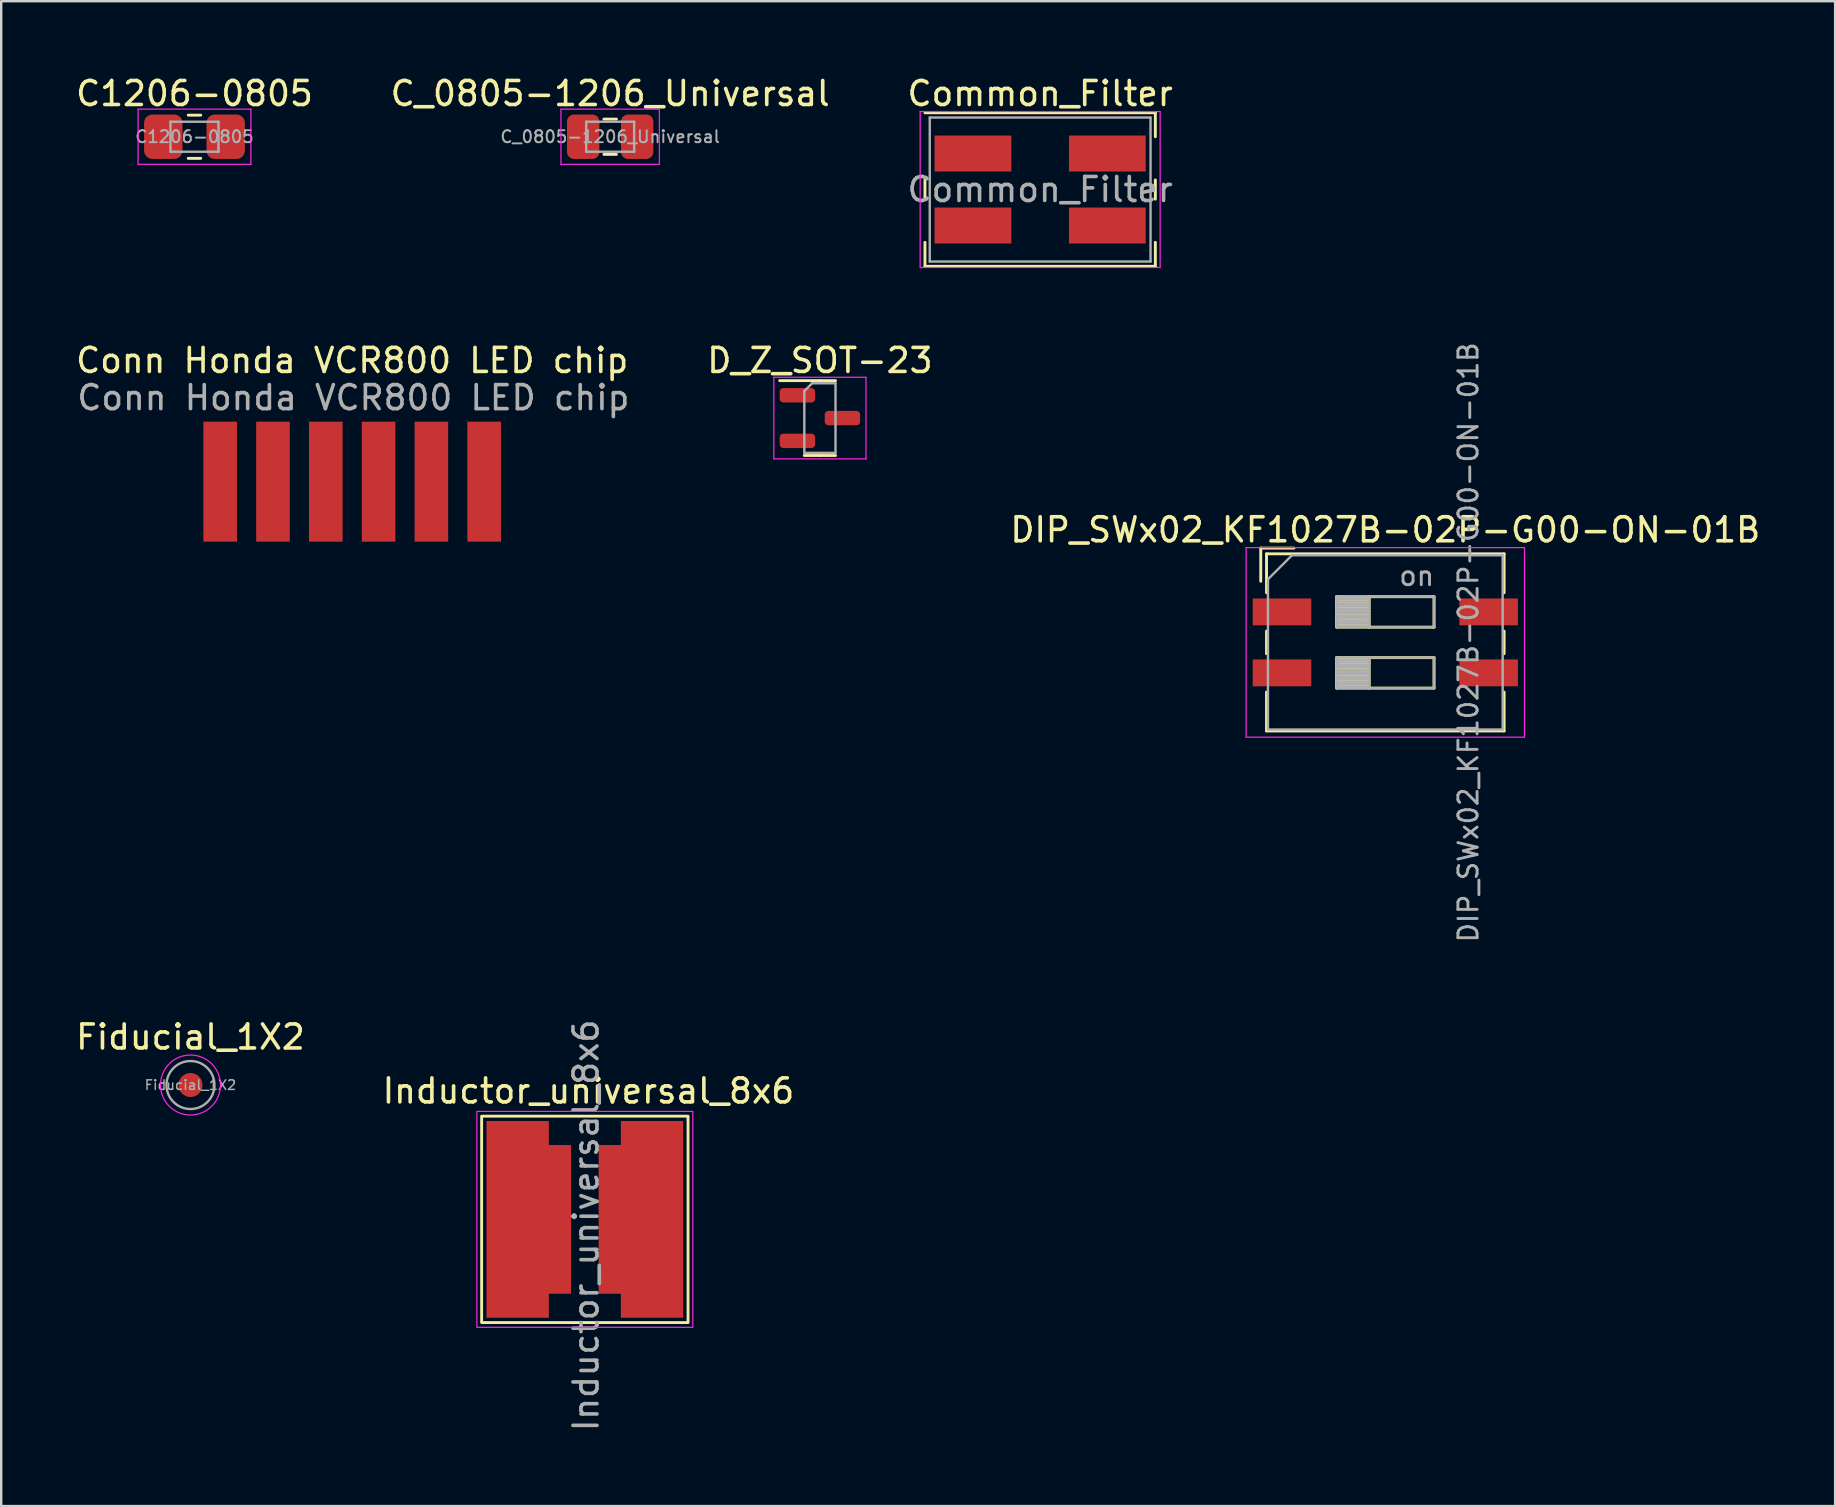
<source format=kicad_pcb>
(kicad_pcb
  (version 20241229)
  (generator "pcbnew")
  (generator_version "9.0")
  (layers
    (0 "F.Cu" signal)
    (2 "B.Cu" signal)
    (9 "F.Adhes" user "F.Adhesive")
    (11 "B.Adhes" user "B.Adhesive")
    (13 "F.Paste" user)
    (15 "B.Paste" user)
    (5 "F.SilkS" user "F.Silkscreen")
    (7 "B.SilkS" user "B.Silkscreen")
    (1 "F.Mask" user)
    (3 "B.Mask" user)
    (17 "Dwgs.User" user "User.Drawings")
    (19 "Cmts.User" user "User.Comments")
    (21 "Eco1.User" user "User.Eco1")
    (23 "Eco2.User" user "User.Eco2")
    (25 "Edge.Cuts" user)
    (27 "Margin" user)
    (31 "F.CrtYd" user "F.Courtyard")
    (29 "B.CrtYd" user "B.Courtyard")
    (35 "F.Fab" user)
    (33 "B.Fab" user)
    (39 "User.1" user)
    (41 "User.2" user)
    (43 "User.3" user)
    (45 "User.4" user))
  (footprint "Common_Filter"
    (layer "F.Cu")
    (at 40.292 4.848)
    (property "Reference" "Common_Filter" (at 0 -4 180) (layer "F.SilkS") (effects (font (size 1 1) (thickness 0.15))))
    (attr smd)
    (fp_line (start -4.8 -0.4) (end -4.8 0.4) (stroke (width 0.12) (type solid)) (layer "F.SilkS"))
    (fp_line (start -4.8 2.2) (end -4.8 3.2) (stroke (width 0.12) (type solid)) (layer "F.SilkS"))
    (fp_line (start -4.8 3.2) (end 4.8 3.2) (stroke (width 0.12) (type solid)) (layer "F.SilkS"))
    (fp_line (start 4.8 -3.2) (end -4.8 -3.2) (stroke (width 0.12) (type solid)) (layer "F.SilkS"))
    (fp_line (start 4.8 -2.2) (end 4.8 -3.2) (stroke (width 0.12) (type solid)) (layer "F.SilkS"))
    (fp_line (start 4.8 -0.4) (end 4.8 0.4) (stroke (width 0.12) (type solid)) (layer "F.SilkS"))
    (fp_line (start 4.8 3.2) (end 4.8 2.2) (stroke (width 0.12) (type solid)) (layer "F.SilkS"))
    (fp_line (start -5 -3.25) (end -5 3.25) (stroke (width 0.05) (type solid)) (layer "F.CrtYd"))
    (fp_line (start -5 -3.25) (end 5 -3.25) (stroke (width 0.05) (type solid)) (layer "F.CrtYd"))
    (fp_line (start 5 3.25) (end -5 3.25) (stroke (width 0.05) (type solid)) (layer "F.CrtYd"))
    (fp_line (start 5 3.25) (end 5 -3.25) (stroke (width 0.05) (type solid)) (layer "F.CrtYd"))
    (fp_line (start -4.6 -3) (end 4.6 -3) (stroke (width 0.1) (type solid)) (layer "F.Fab"))
    (fp_line (start -4.6 3) (end -4.6 -3) (stroke (width 0.1) (type solid)) (layer "F.Fab"))
    (fp_line (start 4.6 -3) (end 4.6 3) (stroke (width 0.1) (type solid)) (layer "F.Fab"))
    (fp_line (start 4.6 3) (end -4.6 3) (stroke (width 0.1) (type solid)) (layer "F.Fab"))
    (fp_text user "${REFERENCE}" (at 0 0 0) (layer "F.Fab") (effects (font (size 1 1) (thickness 0.15))))
    (pad "1" smd rect (at -2.8 -1.5) (size 3.2 1.5) (layers "F.Cu" "F.Mask" "F.Paste"))
    (pad "2" smd rect (at -2.8 1.5) (size 3.2 1.5) (layers "F.Cu" "F.Mask" "F.Paste"))
    (pad "3" smd rect (at 2.8 1.5) (size 3.2 1.5) (layers "F.Cu" "F.Mask" "F.Paste"))
    (pad "4" smd rect (at 2.8 -1.5) (size 3.2 1.5) (layers "F.Cu" "F.Mask" "F.Paste")))
  (footprint "Conn Honda VCR800 LED chip"
    (layer "F.Cu")
    (at 11.625 17.021)
    (property "Reference" "Conn Honda VCR800 LED chip" (at 0 -5.05 0) (layer "F.SilkS") (effects (font (size 1 1) (thickness 0.15))))
    (attr exclude_from_pos_files exclude_from_bom)
    (fp_text user "${REFERENCE}" (at 0.05 -3.5 0) (layer "F.Fab") (effects (font (size 1 1) (thickness 0.15))))
    (pad "1" connect rect (at -5.5 0) (size 1.4 5) (layers "F.Cu" "F.Mask"))
    (pad "2" connect rect (at -3.3 0) (size 1.4 5) (layers "F.Cu" "F.Mask"))
    (pad "3" connect rect (at -1.1 0) (size 1.4 5) (layers "F.Cu" "F.Mask"))
    (pad "4" connect rect (at 1.1 0) (size 1.4 5) (layers "F.Cu" "F.Mask"))
    (pad "5" connect rect (at 3.3 0) (size 1.4 5) (layers "F.Cu" "F.Mask"))
    (pad "6" connect rect (at 5.5 0) (size 1.4 5) (layers "F.Cu" "F.Mask")))
  (footprint "Fiducial_1X2"
    (layer "F.Cu")
    (at 4.887 42.162)
    (property "Reference" "Fiducial_1X2" (at 0 -2 0) (layer "F.SilkS") (effects (font (size 1 1) (thickness 0.15))))
    (attr smd)
    (fp_circle (center 0 0) (end 1.25 0) (stroke (width 0.05) (type solid)) (fill no) (layer "F.CrtYd"))
    (fp_circle (center 0 0) (end 1 0) (stroke (width 0.1) (type solid)) (fill no) (layer "F.Fab"))
    (fp_text user "${REFERENCE}" (at 0 0 0) (layer "F.Fab") (effects (font (size 0.4 0.4) (thickness 0.06))))
    (pad "" smd circle (at 0 0) (size 1 1) (property pad_prop_fiducial_glob) (layers "F.Cu" "F.Mask")))
  (footprint "Inductor_universal_8x6"
    (layer "F.Cu")
    (at 21.32 47.76)
    (property "Reference" "Inductor_universal_8x6" (at 0.15 -5.35 0) (layer "F.SilkS") (effects (font (size 1 1) (thickness 0.15))))
    (attr smd)
    (fp_rect (start -4.3 -4.3) (end 4.3 4.3) (stroke (width 0.12) (type solid)) (fill no) (layer "F.SilkS"))
    (fp_rect (start -4.5 -4.5) (end 4.5 4.5) (stroke (width 0.05) (type solid)) (fill no) (layer "F.CrtYd"))
    (fp_text user "${REFERENCE}" (at 0.05 0.25 90) (layer "F.Fab") (effects (font (size 1 1) (thickness 0.15))))
    (pad "1" smd rect (at -2.8 0) (size 2.6 8.2) (layers "F.Cu" "F.Mask" "F.Paste"))
    (pad "1" smd rect (at -1.75 0) (size 2.35 6.2) (layers "F.Cu" "F.Mask" "F.Paste"))
    (pad "2" smd rect (at 1.75 0) (size 2.35 6.2) (layers "F.Cu" "F.Mask" "F.Paste"))
    (pad "2" smd rect (at 2.8 0) (size 2.6 8.2) (layers "F.Cu" "F.Mask" "F.Paste")))
  (footprint "C_0805-1206_Universal"
    (layer "F.Cu")
    (at 22.375 2.648)
    (property "Reference" "C_0805-1206_Universal" (at 0 -1.8 0) (layer "F.SilkS") (effects (font (size 1 1) (thickness 0.15))))
    (attr smd)
    (fp_line (start -0.261 -0.735) (end 0.261 -0.735) (stroke (width 0.12) (type solid)) (layer "F.SilkS"))
    (fp_line (start -0.261 0.735) (end 0.261 0.735) (stroke (width 0.12) (type solid)) (layer "F.SilkS"))
    (fp_line (start -2.05 -1.15) (end 2.05 -1.15) (stroke (width 0.05) (type solid)) (layer "F.CrtYd"))
    (fp_line (start -2.05 1.15) (end -2.05 -1.15) (stroke (width 0.05) (type solid)) (layer "F.CrtYd"))
    (fp_line (start 2.05 -1.15) (end 2.05 1.15) (stroke (width 0.05) (type solid)) (layer "F.CrtYd"))
    (fp_line (start 2.05 1.15) (end -2.05 1.15) (stroke (width 0.05) (type solid)) (layer "F.CrtYd"))
    (fp_line (start -1 -0.625) (end 1 -0.625) (stroke (width 0.1) (type solid)) (layer "F.Fab"))
    (fp_line (start -1 0.625) (end -1 -0.625) (stroke (width 0.1) (type solid)) (layer "F.Fab"))
    (fp_line (start 1 -0.625) (end 1 0.625) (stroke (width 0.1) (type solid)) (layer "F.Fab"))
    (fp_line (start 1 0.625) (end -1 0.625) (stroke (width 0.1) (type solid)) (layer "F.Fab"))
    (fp_text user "${REFERENCE}" (at 0 0 0) (layer "F.Fab") (effects (font (size 0.5 0.5) (thickness 0.08))))
    (pad "1" smd roundrect (at -1.125 0) (size 1.35 1.85) (layers "F.Cu" "F.Mask" "F.Paste") (roundrect_rratio 0.213))
    (pad "2" smd roundrect (at 1.125 0) (size 1.35 1.85) (layers "F.Cu" "F.Mask" "F.Paste") (roundrect_rratio 0.213)))
  (footprint "D_Z_SOT-23"
    (layer "F.Cu")
    (at 31.115 14.371)
    (property "Reference" "D_Z_SOT-23" (at 0 -2.4 180) (layer "F.SilkS") (effects (font (size 1 1) (thickness 0.15))))
    (attr smd)
    (fp_line (start 0 -1.56) (end -1.675 -1.56) (stroke (width 0.12) (type solid)) (layer "F.SilkS"))
    (fp_line (start 0 -1.56) (end 0.65 -1.56) (stroke (width 0.12) (type solid)) (layer "F.SilkS"))
    (fp_line (start 0 1.56) (end -0.65 1.56) (stroke (width 0.12) (type solid)) (layer "F.SilkS"))
    (fp_line (start 0 1.56) (end 0.65 1.56) (stroke (width 0.12) (type solid)) (layer "F.SilkS"))
    (fp_line (start -1.92 -1.7) (end -1.92 1.7) (stroke (width 0.05) (type solid)) (layer "F.CrtYd"))
    (fp_line (start -1.92 1.7) (end 1.92 1.7) (stroke (width 0.05) (type solid)) (layer "F.CrtYd"))
    (fp_line (start 1.92 -1.7) (end -1.92 -1.7) (stroke (width 0.05) (type solid)) (layer "F.CrtYd"))
    (fp_line (start 1.92 1.7) (end 1.92 -1.7) (stroke (width 0.05) (type solid)) (layer "F.CrtYd"))
    (fp_line (start -0.65 -1.125) (end -0.325 -1.45) (stroke (width 0.1) (type solid)) (layer "F.Fab"))
    (fp_line (start -0.65 1.45) (end -0.65 -1.125) (stroke (width 0.1) (type solid)) (layer "F.Fab"))
    (fp_line (start -0.325 -1.45) (end 0.65 -1.45) (stroke (width 0.1) (type solid)) (layer "F.Fab"))
    (fp_line (start 0.65 -1.45) (end 0.65 1.45) (stroke (width 0.1) (type solid)) (layer "F.Fab"))
    (fp_line (start 0.65 1.45) (end -0.65 1.45) (stroke (width 0.1) (type solid)) (layer "F.Fab"))
    (pad "" smd roundrect (at -0.938 0.95) (size 1.475 0.6) (layers "F.Cu" "F.Mask" "F.Paste") (roundrect_rratio 0.25))
    (pad "1" smd roundrect (at 0.938 0) (size 1.475 0.6) (layers "F.Cu" "F.Mask" "F.Paste") (roundrect_rratio 0.25))
    (pad "2" smd roundrect (at -0.938 -0.95) (size 1.475 0.6) (layers "F.Cu" "F.Mask" "F.Paste") (roundrect_rratio 0.25)))
  (footprint "DIP_SWx02_KF1027B-02P-G00-ON-01B"
    (layer "F.Cu")
    (at 54.675 23.718)
    (property "Reference" "DIP_SWx02_KF1027B-02P-G00-ON-01B" (at 0 -4.69 0) (layer "F.SilkS") (effects (font (size 1 1) (thickness 0.15))))
    (attr smd)
    (fp_line (start -5.19 -3.93) (end -5.19 -2.547) (stroke (width 0.12) (type solid)) (layer "F.SilkS"))
    (fp_line (start -5.19 -3.93) (end -3.806 -3.93) (stroke (width 0.12) (type solid)) (layer "F.SilkS"))
    (fp_line (start -4.95 -3.69) (end -4.95 -2.07) (stroke (width 0.12) (type solid)) (layer "F.SilkS"))
    (fp_line (start -4.95 -3.69) (end 4.95 -3.69) (stroke (width 0.12) (type solid)) (layer "F.SilkS"))
    (fp_line (start -4.95 -0.47) (end -4.95 0.47) (stroke (width 0.12) (type solid)) (layer "F.SilkS"))
    (fp_line (start -4.95 2.07) (end -4.95 3.69) (stroke (width 0.12) (type solid)) (layer "F.SilkS"))
    (fp_line (start -4.95 3.69) (end 4.95 3.69) (stroke (width 0.12) (type solid)) (layer "F.SilkS"))
    (fp_line (start -2.03 -1.905) (end -2.03 -0.635) (stroke (width 0.12) (type solid)) (layer "F.SilkS"))
    (fp_line (start -2.03 -1.785) (end -0.677 -1.785) (stroke (width 0.12) (type solid)) (layer "F.SilkS"))
    (fp_line (start -2.03 -1.665) (end -0.677 -1.665) (stroke (width 0.12) (type solid)) (layer "F.SilkS"))
    (fp_line (start -2.03 -1.545) (end -0.677 -1.545) (stroke (width 0.12) (type solid)) (layer "F.SilkS"))
    (fp_line (start -2.03 -1.425) (end -0.677 -1.425) (stroke (width 0.12) (type solid)) (layer "F.SilkS"))
    (fp_line (start -2.03 -1.305) (end -0.677 -1.305) (stroke (width 0.12) (type solid)) (layer "F.SilkS"))
    (fp_line (start -2.03 -1.185) (end -0.677 -1.185) (stroke (width 0.12) (type solid)) (layer "F.SilkS"))
    (fp_line (start -2.03 -1.065) (end -0.677 -1.065) (stroke (width 0.12) (type solid)) (layer "F.SilkS"))
    (fp_line (start -2.03 -0.945) (end -0.677 -0.945) (stroke (width 0.12) (type solid)) (layer "F.SilkS"))
    (fp_line (start -2.03 -0.825) (end -0.677 -0.825) (stroke (width 0.12) (type solid)) (layer "F.SilkS"))
    (fp_line (start -2.03 -0.705) (end -0.677 -0.705) (stroke (width 0.12) (type solid)) (layer "F.SilkS"))
    (fp_line (start -2.03 -0.635) (end 2.03 -0.635) (stroke (width 0.12) (type solid)) (layer "F.SilkS"))
    (fp_line (start -2.03 0.635) (end -2.03 1.905) (stroke (width 0.12) (type solid)) (layer "F.SilkS"))
    (fp_line (start -2.03 0.755) (end -0.677 0.755) (stroke (width 0.12) (type solid)) (layer "F.SilkS"))
    (fp_line (start -2.03 0.875) (end -0.677 0.875) (stroke (width 0.12) (type solid)) (layer "F.SilkS"))
    (fp_line (start -2.03 0.995) (end -0.677 0.995) (stroke (width 0.12) (type solid)) (layer "F.SilkS"))
    (fp_line (start -2.03 1.115) (end -0.677 1.115) (stroke (width 0.12) (type solid)) (layer "F.SilkS"))
    (fp_line (start -2.03 1.235) (end -0.677 1.235) (stroke (width 0.12) (type solid)) (layer "F.SilkS"))
    (fp_line (start -2.03 1.355) (end -0.677 1.355) (stroke (width 0.12) (type solid)) (layer "F.SilkS"))
    (fp_line (start -2.03 1.475) (end -0.677 1.475) (stroke (width 0.12) (type solid)) (layer "F.SilkS"))
    (fp_line (start -2.03 1.595) (end -0.677 1.595) (stroke (width 0.12) (type solid)) (layer "F.SilkS"))
    (fp_line (start -2.03 1.715) (end -0.677 1.715) (stroke (width 0.12) (type solid)) (layer "F.SilkS"))
    (fp_line (start -2.03 1.835) (end -0.677 1.835) (stroke (width 0.12) (type solid)) (layer "F.SilkS"))
    (fp_line (start -2.03 1.905) (end 2.03 1.905) (stroke (width 0.12) (type solid)) (layer "F.SilkS"))
    (fp_line (start -0.677 -1.905) (end -0.677 -0.635) (stroke (width 0.12) (type solid)) (layer "F.SilkS"))
    (fp_line (start -0.677 0.635) (end -0.677 1.905) (stroke (width 0.12) (type solid)) (layer "F.SilkS"))
    (fp_line (start 2.03 -1.905) (end -2.03 -1.905) (stroke (width 0.12) (type solid)) (layer "F.SilkS"))
    (fp_line (start 2.03 -0.635) (end 2.03 -1.905) (stroke (width 0.12) (type solid)) (layer "F.SilkS"))
    (fp_line (start 2.03 0.635) (end -2.03 0.635) (stroke (width 0.12) (type solid)) (layer "F.SilkS"))
    (fp_line (start 2.03 1.905) (end 2.03 0.635) (stroke (width 0.12) (type solid)) (layer "F.SilkS"))
    (fp_line (start 4.95 -3.69) (end 4.95 -2.07) (stroke (width 0.12) (type solid)) (layer "F.SilkS"))
    (fp_line (start 4.95 -0.47) (end 4.95 0.47) (stroke (width 0.12) (type solid)) (layer "F.SilkS"))
    (fp_line (start 4.95 2.07) (end 4.95 3.69) (stroke (width 0.12) (type solid)) (layer "F.SilkS"))
    (fp_line (start -5.8 -3.95) (end -5.8 3.95) (stroke (width 0.05) (type solid)) (layer "F.CrtYd"))
    (fp_line (start -5.8 3.95) (end 5.8 3.95) (stroke (width 0.05) (type solid)) (layer "F.CrtYd"))
    (fp_line (start 5.8 -3.95) (end -5.8 -3.95) (stroke (width 0.05) (type solid)) (layer "F.CrtYd"))
    (fp_line (start 5.8 3.95) (end 5.8 -3.95) (stroke (width 0.05) (type solid)) (layer "F.CrtYd"))
    (fp_line (start -4.89 -2.63) (end -3.89 -3.63) (stroke (width 0.1) (type solid)) (layer "F.Fab"))
    (fp_line (start -4.89 3.63) (end -4.89 -2.63) (stroke (width 0.1) (type solid)) (layer "F.Fab"))
    (fp_line (start -3.89 -3.63) (end 4.89 -3.63) (stroke (width 0.1) (type solid)) (layer "F.Fab"))
    (fp_line (start -2.03 -1.905) (end -2.03 -0.635) (stroke (width 0.1) (type solid)) (layer "F.Fab"))
    (fp_line (start -2.03 -1.805) (end -0.677 -1.805) (stroke (width 0.1) (type solid)) (layer "F.Fab"))
    (fp_line (start -2.03 -1.705) (end -0.677 -1.705) (stroke (width 0.1) (type solid)) (layer "F.Fab"))
    (fp_line (start -2.03 -1.605) (end -0.677 -1.605) (stroke (width 0.1) (type solid)) (layer "F.Fab"))
    (fp_line (start -2.03 -1.505) (end -0.677 -1.505) (stroke (width 0.1) (type solid)) (layer "F.Fab"))
    (fp_line (start -2.03 -1.405) (end -0.677 -1.405) (stroke (width 0.1) (type solid)) (layer "F.Fab"))
    (fp_line (start -2.03 -1.305) (end -0.677 -1.305) (stroke (width 0.1) (type solid)) (layer "F.Fab"))
    (fp_line (start -2.03 -1.205) (end -0.677 -1.205) (stroke (width 0.1) (type solid)) (layer "F.Fab"))
    (fp_line (start -2.03 -1.105) (end -0.677 -1.105) (stroke (width 0.1) (type solid)) (layer "F.Fab"))
    (fp_line (start -2.03 -1.005) (end -0.677 -1.005) (stroke (width 0.1) (type solid)) (layer "F.Fab"))
    (fp_line (start -2.03 -0.905) (end -0.677 -0.905) (stroke (width 0.1) (type solid)) (layer "F.Fab"))
    (fp_line (start -2.03 -0.805) (end -0.677 -0.805) (stroke (width 0.1) (type solid)) (layer "F.Fab"))
    (fp_line (start -2.03 -0.705) (end -0.677 -0.705) (stroke (width 0.1) (type solid)) (layer "F.Fab"))
    (fp_line (start -2.03 -0.635) (end 2.03 -0.635) (stroke (width 0.1) (type solid)) (layer "F.Fab"))
    (fp_line (start -2.03 0.635) (end -2.03 1.905) (stroke (width 0.1) (type solid)) (layer "F.Fab"))
    (fp_line (start -2.03 0.735) (end -0.677 0.735) (stroke (width 0.1) (type solid)) (layer "F.Fab"))
    (fp_line (start -2.03 0.835) (end -0.677 0.835) (stroke (width 0.1) (type solid)) (layer "F.Fab"))
    (fp_line (start -2.03 0.935) (end -0.677 0.935) (stroke (width 0.1) (type solid)) (layer "F.Fab"))
    (fp_line (start -2.03 1.035) (end -0.677 1.035) (stroke (width 0.1) (type solid)) (layer "F.Fab"))
    (fp_line (start -2.03 1.135) (end -0.677 1.135) (stroke (width 0.1) (type solid)) (layer "F.Fab"))
    (fp_line (start -2.03 1.235) (end -0.677 1.235) (stroke (width 0.1) (type solid)) (layer "F.Fab"))
    (fp_line (start -2.03 1.335) (end -0.677 1.335) (stroke (width 0.1) (type solid)) (layer "F.Fab"))
    (fp_line (start -2.03 1.435) (end -0.677 1.435) (stroke (width 0.1) (type solid)) (layer "F.Fab"))
    (fp_line (start -2.03 1.535) (end -0.677 1.535) (stroke (width 0.1) (type solid)) (layer "F.Fab"))
    (fp_line (start -2.03 1.635) (end -0.677 1.635) (stroke (width 0.1) (type solid)) (layer "F.Fab"))
    (fp_line (start -2.03 1.735) (end -0.677 1.735) (stroke (width 0.1) (type solid)) (layer "F.Fab"))
    (fp_line (start -2.03 1.835) (end -0.677 1.835) (stroke (width 0.1) (type solid)) (layer "F.Fab"))
    (fp_line (start -2.03 1.905) (end 2.03 1.905) (stroke (width 0.1) (type solid)) (layer "F.Fab"))
    (fp_line (start -0.677 -1.905) (end -0.677 -0.635) (stroke (width 0.1) (type solid)) (layer "F.Fab"))
    (fp_line (start -0.677 0.635) (end -0.677 1.905) (stroke (width 0.1) (type solid)) (layer "F.Fab"))
    (fp_line (start 2.03 -1.905) (end -2.03 -1.905) (stroke (width 0.1) (type solid)) (layer "F.Fab"))
    (fp_line (start 2.03 -0.635) (end 2.03 -1.905) (stroke (width 0.1) (type solid)) (layer "F.Fab"))
    (fp_line (start 2.03 0.635) (end -2.03 0.635) (stroke (width 0.1) (type solid)) (layer "F.Fab"))
    (fp_line (start 2.03 1.905) (end 2.03 0.635) (stroke (width 0.1) (type solid)) (layer "F.Fab"))
    (fp_line (start 4.89 -3.63) (end 4.89 3.63) (stroke (width 0.1) (type solid)) (layer "F.Fab"))
    (fp_line (start 4.89 3.63) (end -4.89 3.63) (stroke (width 0.1) (type solid)) (layer "F.Fab"))
    (fp_text user "on" (at 1.308 -2.768 0) (layer "F.Fab") (effects (font (size 0.8 0.8) (thickness 0.12))))
    (fp_text user "${REFERENCE}" (at 3.46 0 90) (layer "F.Fab") (effects (font (size 0.8 0.8) (thickness 0.12))))
    (pad "1" smd rect (at -4.305 -1.27) (size 2.44 1.12) (layers "F.Cu" "F.Mask" "F.Paste"))
    (pad "2" smd rect (at -4.305 1.27) (size 2.44 1.12) (layers "F.Cu" "F.Mask" "F.Paste"))
    (pad "3" smd rect (at 4.305 1.27) (size 2.44 1.12) (layers "F.Cu" "F.Mask" "F.Paste"))
    (pad "4" smd rect (at 4.305 -1.27) (size 2.44 1.12) (layers "F.Cu" "F.Mask" "F.Paste")))
  (footprint "C1206-0805"
    (layer "F.Cu")
    (at 5.054 2.648)
    (property "Reference" "C1206-0805" (at 0 -1.8 0) (layer "F.SilkS") (effects (font (size 1 1) (thickness 0.15))))
    (attr smd)
    (fp_line (start -0.261 -0.9) (end 0.261 -0.9) (stroke (width 0.12) (type solid)) (layer "F.SilkS"))
    (fp_line (start -0.261 0.9) (end 0.261 0.9) (stroke (width 0.12) (type solid)) (layer "F.SilkS"))
    (fp_line (start -2.35 -1.15) (end 2.35 -1.15) (stroke (width 0.05) (type solid)) (layer "F.CrtYd"))
    (fp_line (start -2.35 1.15) (end -2.35 -1.15) (stroke (width 0.05) (type solid)) (layer "F.CrtYd"))
    (fp_line (start 2.35 -1.15) (end 2.35 1.15) (stroke (width 0.05) (type solid)) (layer "F.CrtYd"))
    (fp_line (start 2.35 1.15) (end -2.35 1.15) (stroke (width 0.05) (type solid)) (layer "F.CrtYd"))
    (fp_line (start -1 -0.625) (end 1 -0.625) (stroke (width 0.1) (type solid)) (layer "F.Fab"))
    (fp_line (start -1 0.625) (end -1 -0.625) (stroke (width 0.1) (type solid)) (layer "F.Fab"))
    (fp_line (start 1 -0.625) (end 1 0.625) (stroke (width 0.1) (type solid)) (layer "F.Fab"))
    (fp_line (start 1 0.625) (end -1 0.625) (stroke (width 0.1) (type solid)) (layer "F.Fab"))
    (fp_text user "${REFERENCE}" (at 0 0 0) (layer "F.Fab") (effects (font (size 0.5 0.5) (thickness 0.08))))
    (pad "1" smd roundrect (at -1.3 0) (size 1.6 1.85) (layers "F.Cu" "F.Mask" "F.Paste") (roundrect_rratio 0.213))
    (pad "2" smd roundrect (at 1.3 0) (size 1.6 1.85) (layers "F.Cu" "F.Mask" "F.Paste") (roundrect_rratio 0.213)))
  (gr_rect
    (start -3 -3)
    (end 73.419 59.707)
    (stroke (width 0.1) (type default))
    (fill no)
    (layer "Edge.Cuts")))
</source>
